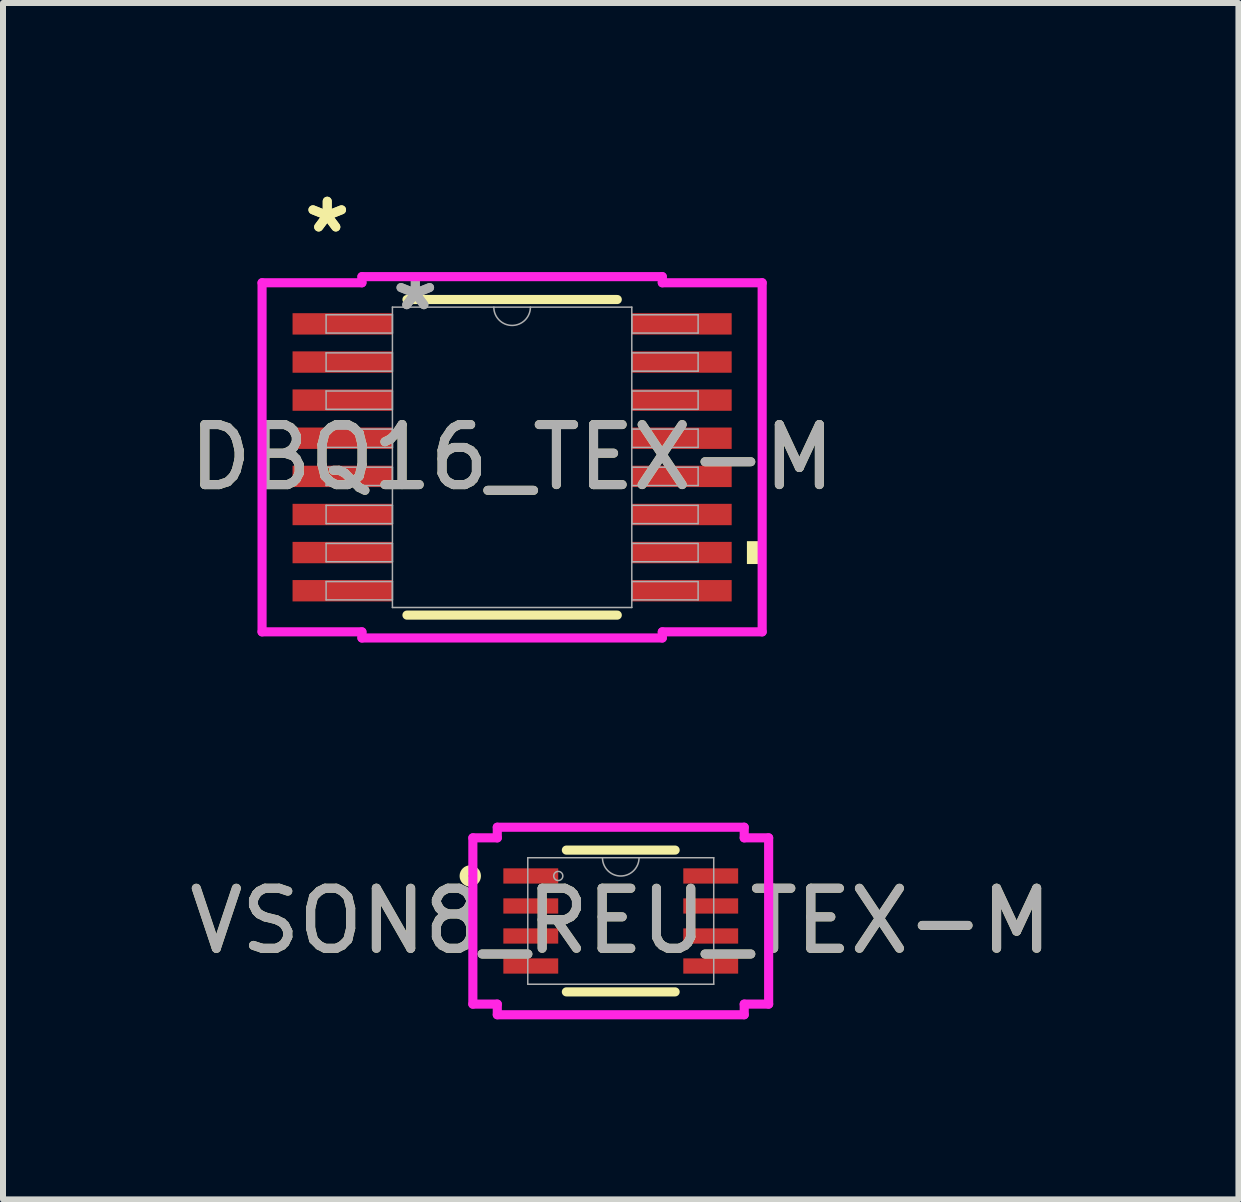
<source format=kicad_pcb>
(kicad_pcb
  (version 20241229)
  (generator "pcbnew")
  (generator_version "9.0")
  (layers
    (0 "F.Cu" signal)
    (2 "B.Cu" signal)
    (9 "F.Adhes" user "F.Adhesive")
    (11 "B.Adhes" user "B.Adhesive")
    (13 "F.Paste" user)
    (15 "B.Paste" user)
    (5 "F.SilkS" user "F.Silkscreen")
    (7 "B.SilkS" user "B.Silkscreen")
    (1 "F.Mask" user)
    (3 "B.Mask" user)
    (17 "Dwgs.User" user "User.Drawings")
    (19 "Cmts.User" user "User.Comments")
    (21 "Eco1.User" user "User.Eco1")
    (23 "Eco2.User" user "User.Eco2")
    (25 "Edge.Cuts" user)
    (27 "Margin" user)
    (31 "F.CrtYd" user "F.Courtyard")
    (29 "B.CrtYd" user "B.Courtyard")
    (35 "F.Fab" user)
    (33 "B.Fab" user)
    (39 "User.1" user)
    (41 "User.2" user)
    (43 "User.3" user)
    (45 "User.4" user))
  (footprint "VSON8_REU_TEX-M"
    (layer "F.Cu")
    (at 7.292 12.294)
    (property "Reference" "VSON8_REU_TEX-M" (at 0 0 0) (unlocked yes) (layer "F.SilkS") (effects (font (size 1 1) (thickness 0.15))))
    (attr smd)
    (fp_line (start -0.906 1.181) (end 0.906 1.181) (stroke (width 0.152) (type solid)) (layer "F.SilkS"))
    (fp_line (start 0.906 -1.181) (end -0.906 -1.181) (stroke (width 0.152) (type solid)) (layer "F.SilkS"))
    (fp_circle (center -2.507 -0.75) (end -2.405 -0.75) (stroke (width 0.152) (type solid)) (fill no) (layer "F.SilkS"))
    (fp_line (start -2.464 -1.385) (end -2.057 -1.385) (stroke (width 0.152) (type solid)) (layer "F.CrtYd"))
    (fp_line (start -2.464 1.385) (end -2.464 -1.385) (stroke (width 0.152) (type solid)) (layer "F.CrtYd"))
    (fp_line (start -2.464 1.385) (end -2.057 1.385) (stroke (width 0.152) (type solid)) (layer "F.CrtYd"))
    (fp_line (start -2.057 -1.562) (end 2.057 -1.562) (stroke (width 0.152) (type solid)) (layer "F.CrtYd"))
    (fp_line (start -2.057 -1.385) (end -2.057 -1.562) (stroke (width 0.152) (type solid)) (layer "F.CrtYd"))
    (fp_line (start -2.057 1.562) (end -2.057 1.385) (stroke (width 0.152) (type solid)) (layer "F.CrtYd"))
    (fp_line (start 2.057 -1.562) (end 2.057 -1.385) (stroke (width 0.152) (type solid)) (layer "F.CrtYd"))
    (fp_line (start 2.057 1.385) (end 2.057 1.562) (stroke (width 0.152) (type solid)) (layer "F.CrtYd"))
    (fp_line (start 2.057 1.562) (end -2.057 1.562) (stroke (width 0.152) (type solid)) (layer "F.CrtYd"))
    (fp_line (start 2.464 -1.385) (end 2.057 -1.385) (stroke (width 0.152) (type solid)) (layer "F.CrtYd"))
    (fp_line (start 2.464 -1.385) (end 2.464 1.385) (stroke (width 0.152) (type solid)) (layer "F.CrtYd"))
    (fp_line (start 2.464 1.385) (end 2.057 1.385) (stroke (width 0.152) (type solid)) (layer "F.CrtYd"))
    (fp_line (start -1.549 -1.054) (end -1.549 1.054) (stroke (width 0.025) (type solid)) (layer "F.Fab"))
    (fp_line (start -1.549 1.054) (end 1.549 1.054) (stroke (width 0.025) (type solid)) (layer "F.Fab"))
    (fp_line (start 1.549 -1.054) (end -1.549 -1.054) (stroke (width 0.025) (type solid)) (layer "F.Fab"))
    (fp_line (start 1.549 1.054) (end 1.549 -1.054) (stroke (width 0.025) (type solid)) (layer "F.Fab"))
    (fp_arc (start 0.3048 -1.0541) (mid 0 -0.7493) (end -0.3048 -1.0541) (stroke (width 0.0254) (type solid)) (layer "F.Fab"))
    (fp_circle (center -1.041 -0.75) (end -0.965 -0.75) (stroke (width 0.025) (type solid)) (fill no) (layer "F.Fab"))
    (fp_text user "${REFERENCE}" (at 0 0 0) (unlocked yes) (layer "F.Fab") (effects (font (size 1 1) (thickness 0.15))))
    (pad "1" smd rect (at -1.499 -0.75) (size 0.914 0.254) (layers "F.Cu" "F.Mask" "F.Paste"))
    (pad "2" smd rect (at -1.499 -0.25) (size 0.914 0.254) (layers "F.Cu" "F.Mask" "F.Paste"))
    (pad "3" smd rect (at -1.499 0.25) (size 0.914 0.254) (layers "F.Cu" "F.Mask" "F.Paste"))
    (pad "4" smd rect (at -1.499 0.75) (size 0.914 0.254) (layers "F.Cu" "F.Mask" "F.Paste"))
    (pad "5" smd rect (at 1.499 0.75) (size 0.914 0.254) (layers "F.Cu" "F.Mask" "F.Paste"))
    (pad "6" smd rect (at 1.499 0.25) (size 0.914 0.254) (layers "F.Cu" "F.Mask" "F.Paste"))
    (pad "7" smd rect (at 1.499 -0.25) (size 0.914 0.254) (layers "F.Cu" "F.Mask" "F.Paste"))
    (pad "8" smd rect (at 1.499 -0.75) (size 0.914 0.254) (layers "F.Cu" "F.Mask" "F.Paste")))
  (footprint "DBQ16_TEX-M"
    (layer "F.Cu")
    (at 5.482 4.569)
    (property "Reference" "DBQ16_TEX-M" (at 0 0 0) (unlocked yes) (layer "F.SilkS") (effects (font (size 1 1) (thickness 0.15))))
    (attr smd)
    (fp_line (start -1.752 2.629) (end 1.752 2.629) (stroke (width 0.152) (type solid)) (layer "F.SilkS"))
    (fp_line (start 1.752 -2.629) (end -1.752 -2.629) (stroke (width 0.152) (type solid)) (layer "F.SilkS"))
    (fp_poly (pts (xy 4.166 1.397) (xy 4.166 1.778) (xy 3.912 1.778) (xy 3.912 1.397)) (stroke (width 0) (type solid)) (fill yes) (layer "F.SilkS"))
    (fp_line (start -4.166 -2.908) (end -2.502 -2.908) (stroke (width 0.152) (type solid)) (layer "F.CrtYd"))
    (fp_line (start -4.166 2.908) (end -4.166 -2.908) (stroke (width 0.152) (type solid)) (layer "F.CrtYd"))
    (fp_line (start -4.166 2.908) (end -2.502 2.908) (stroke (width 0.152) (type solid)) (layer "F.CrtYd"))
    (fp_line (start -2.502 -3.01) (end 2.502 -3.01) (stroke (width 0.152) (type solid)) (layer "F.CrtYd"))
    (fp_line (start -2.502 -2.908) (end -2.502 -3.01) (stroke (width 0.152) (type solid)) (layer "F.CrtYd"))
    (fp_line (start -2.502 3.01) (end -2.502 2.908) (stroke (width 0.152) (type solid)) (layer "F.CrtYd"))
    (fp_line (start 2.502 -3.01) (end 2.502 -2.908) (stroke (width 0.152) (type solid)) (layer "F.CrtYd"))
    (fp_line (start 2.502 2.908) (end 2.502 3.01) (stroke (width 0.152) (type solid)) (layer "F.CrtYd"))
    (fp_line (start 2.502 3.01) (end -2.502 3.01) (stroke (width 0.152) (type solid)) (layer "F.CrtYd"))
    (fp_line (start 4.166 -2.908) (end 2.502 -2.908) (stroke (width 0.152) (type solid)) (layer "F.CrtYd"))
    (fp_line (start 4.166 -2.908) (end 4.166 2.908) (stroke (width 0.152) (type solid)) (layer "F.CrtYd"))
    (fp_line (start 4.166 2.908) (end 2.502 2.908) (stroke (width 0.152) (type solid)) (layer "F.CrtYd"))
    (fp_line (start -3.099 -2.375) (end -3.099 -2.07) (stroke (width 0.025) (type solid)) (layer "F.Fab"))
    (fp_line (start -3.099 -2.07) (end -1.994 -2.07) (stroke (width 0.025) (type solid)) (layer "F.Fab"))
    (fp_line (start -3.099 -1.74) (end -3.099 -1.435) (stroke (width 0.025) (type solid)) (layer "F.Fab"))
    (fp_line (start -3.099 -1.435) (end -1.994 -1.435) (stroke (width 0.025) (type solid)) (layer "F.Fab"))
    (fp_line (start -3.099 -1.105) (end -3.099 -0.8) (stroke (width 0.025) (type solid)) (layer "F.Fab"))
    (fp_line (start -3.099 -0.8) (end -1.994 -0.8) (stroke (width 0.025) (type solid)) (layer "F.Fab"))
    (fp_line (start -3.099 -0.47) (end -3.099 -0.165) (stroke (width 0.025) (type solid)) (layer "F.Fab"))
    (fp_line (start -3.099 -0.165) (end -1.994 -0.165) (stroke (width 0.025) (type solid)) (layer "F.Fab"))
    (fp_line (start -3.099 0.165) (end -3.099 0.47) (stroke (width 0.025) (type solid)) (layer "F.Fab"))
    (fp_line (start -3.099 0.47) (end -1.994 0.47) (stroke (width 0.025) (type solid)) (layer "F.Fab"))
    (fp_line (start -3.099 0.8) (end -3.099 1.105) (stroke (width 0.025) (type solid)) (layer "F.Fab"))
    (fp_line (start -3.099 1.105) (end -1.994 1.105) (stroke (width 0.025) (type solid)) (layer "F.Fab"))
    (fp_line (start -3.099 1.435) (end -3.099 1.74) (stroke (width 0.025) (type solid)) (layer "F.Fab"))
    (fp_line (start -3.099 1.74) (end -1.994 1.74) (stroke (width 0.025) (type solid)) (layer "F.Fab"))
    (fp_line (start -3.099 2.07) (end -3.099 2.375) (stroke (width 0.025) (type solid)) (layer "F.Fab"))
    (fp_line (start -3.099 2.375) (end -1.994 2.375) (stroke (width 0.025) (type solid)) (layer "F.Fab"))
    (fp_line (start -1.994 -2.502) (end -1.994 2.502) (stroke (width 0.025) (type solid)) (layer "F.Fab"))
    (fp_line (start -1.994 -2.375) (end -3.099 -2.375) (stroke (width 0.025) (type solid)) (layer "F.Fab"))
    (fp_line (start -1.994 -2.07) (end -1.994 -2.375) (stroke (width 0.025) (type solid)) (layer "F.Fab"))
    (fp_line (start -1.994 -1.74) (end -3.099 -1.74) (stroke (width 0.025) (type solid)) (layer "F.Fab"))
    (fp_line (start -1.994 -1.435) (end -1.994 -1.74) (stroke (width 0.025) (type solid)) (layer "F.Fab"))
    (fp_line (start -1.994 -1.105) (end -3.099 -1.105) (stroke (width 0.025) (type solid)) (layer "F.Fab"))
    (fp_line (start -1.994 -0.8) (end -1.994 -1.105) (stroke (width 0.025) (type solid)) (layer "F.Fab"))
    (fp_line (start -1.994 -0.47) (end -3.099 -0.47) (stroke (width 0.025) (type solid)) (layer "F.Fab"))
    (fp_line (start -1.994 -0.165) (end -1.994 -0.47) (stroke (width 0.025) (type solid)) (layer "F.Fab"))
    (fp_line (start -1.994 0.165) (end -3.099 0.165) (stroke (width 0.025) (type solid)) (layer "F.Fab"))
    (fp_line (start -1.994 0.47) (end -1.994 0.165) (stroke (width 0.025) (type solid)) (layer "F.Fab"))
    (fp_line (start -1.994 0.8) (end -3.099 0.8) (stroke (width 0.025) (type solid)) (layer "F.Fab"))
    (fp_line (start -1.994 1.105) (end -1.994 0.8) (stroke (width 0.025) (type solid)) (layer "F.Fab"))
    (fp_line (start -1.994 1.435) (end -3.099 1.435) (stroke (width 0.025) (type solid)) (layer "F.Fab"))
    (fp_line (start -1.994 1.74) (end -1.994 1.435) (stroke (width 0.025) (type solid)) (layer "F.Fab"))
    (fp_line (start -1.994 2.07) (end -3.099 2.07) (stroke (width 0.025) (type solid)) (layer "F.Fab"))
    (fp_line (start -1.994 2.375) (end -1.994 2.07) (stroke (width 0.025) (type solid)) (layer "F.Fab"))
    (fp_line (start -1.994 2.502) (end 1.994 2.502) (stroke (width 0.025) (type solid)) (layer "F.Fab"))
    (fp_line (start 1.994 -2.502) (end -1.994 -2.502) (stroke (width 0.025) (type solid)) (layer "F.Fab"))
    (fp_line (start 1.994 -2.375) (end 1.994 -2.07) (stroke (width 0.025) (type solid)) (layer "F.Fab"))
    (fp_line (start 1.994 -2.07) (end 3.099 -2.07) (stroke (width 0.025) (type solid)) (layer "F.Fab"))
    (fp_line (start 1.994 -1.74) (end 1.994 -1.435) (stroke (width 0.025) (type solid)) (layer "F.Fab"))
    (fp_line (start 1.994 -1.435) (end 3.099 -1.435) (stroke (width 0.025) (type solid)) (layer "F.Fab"))
    (fp_line (start 1.994 -1.105) (end 1.994 -0.8) (stroke (width 0.025) (type solid)) (layer "F.Fab"))
    (fp_line (start 1.994 -0.8) (end 3.099 -0.8) (stroke (width 0.025) (type solid)) (layer "F.Fab"))
    (fp_line (start 1.994 -0.47) (end 1.994 -0.165) (stroke (width 0.025) (type solid)) (layer "F.Fab"))
    (fp_line (start 1.994 -0.165) (end 3.099 -0.165) (stroke (width 0.025) (type solid)) (layer "F.Fab"))
    (fp_line (start 1.994 0.165) (end 1.994 0.47) (stroke (width 0.025) (type solid)) (layer "F.Fab"))
    (fp_line (start 1.994 0.47) (end 3.099 0.47) (stroke (width 0.025) (type solid)) (layer "F.Fab"))
    (fp_line (start 1.994 0.8) (end 1.994 1.105) (stroke (width 0.025) (type solid)) (layer "F.Fab"))
    (fp_line (start 1.994 1.105) (end 3.099 1.105) (stroke (width 0.025) (type solid)) (layer "F.Fab"))
    (fp_line (start 1.994 1.435) (end 1.994 1.74) (stroke (width 0.025) (type solid)) (layer "F.Fab"))
    (fp_line (start 1.994 1.74) (end 3.099 1.74) (stroke (width 0.025) (type solid)) (layer "F.Fab"))
    (fp_line (start 1.994 2.07) (end 1.994 2.375) (stroke (width 0.025) (type solid)) (layer "F.Fab"))
    (fp_line (start 1.994 2.375) (end 3.099 2.375) (stroke (width 0.025) (type solid)) (layer "F.Fab"))
    (fp_line (start 1.994 2.502) (end 1.994 -2.502) (stroke (width 0.025) (type solid)) (layer "F.Fab"))
    (fp_line (start 3.099 -2.375) (end 1.994 -2.375) (stroke (width 0.025) (type solid)) (layer "F.Fab"))
    (fp_line (start 3.099 -2.07) (end 3.099 -2.375) (stroke (width 0.025) (type solid)) (layer "F.Fab"))
    (fp_line (start 3.099 -1.74) (end 1.994 -1.74) (stroke (width 0.025) (type solid)) (layer "F.Fab"))
    (fp_line (start 3.099 -1.435) (end 3.099 -1.74) (stroke (width 0.025) (type solid)) (layer "F.Fab"))
    (fp_line (start 3.099 -1.105) (end 1.994 -1.105) (stroke (width 0.025) (type solid)) (layer "F.Fab"))
    (fp_line (start 3.099 -0.8) (end 3.099 -1.105) (stroke (width 0.025) (type solid)) (layer "F.Fab"))
    (fp_line (start 3.099 -0.47) (end 1.994 -0.47) (stroke (width 0.025) (type solid)) (layer "F.Fab"))
    (fp_line (start 3.099 -0.165) (end 3.099 -0.47) (stroke (width 0.025) (type solid)) (layer "F.Fab"))
    (fp_line (start 3.099 0.165) (end 1.994 0.165) (stroke (width 0.025) (type solid)) (layer "F.Fab"))
    (fp_line (start 3.099 0.47) (end 3.099 0.165) (stroke (width 0.025) (type solid)) (layer "F.Fab"))
    (fp_line (start 3.099 0.8) (end 1.994 0.8) (stroke (width 0.025) (type solid)) (layer "F.Fab"))
    (fp_line (start 3.099 1.105) (end 3.099 0.8) (stroke (width 0.025) (type solid)) (layer "F.Fab"))
    (fp_line (start 3.099 1.435) (end 1.994 1.435) (stroke (width 0.025) (type solid)) (layer "F.Fab"))
    (fp_line (start 3.099 1.74) (end 3.099 1.435) (stroke (width 0.025) (type solid)) (layer "F.Fab"))
    (fp_line (start 3.099 2.07) (end 1.994 2.07) (stroke (width 0.025) (type solid)) (layer "F.Fab"))
    (fp_line (start 3.099 2.375) (end 3.099 2.07) (stroke (width 0.025) (type solid)) (layer "F.Fab"))
    (fp_arc (start 0.3048 -2.5019) (mid 0 -2.1971) (end -0.3048 -2.5019) (stroke (width 0.0254) (type solid)) (layer "F.Fab"))
    (fp_text user "*" (at -3.08 -3.721 0) (unlocked yes) (layer "F.SilkS") (effects (font (size 1 1) (thickness 0.15))))
    (fp_text user "*" (at -3.08 -3.721 0) (layer "F.SilkS") (effects (font (size 1 1) (thickness 0.15))))
    (fp_text user "*" (at -1.613 -2.426 0) (unlocked yes) (layer "F.Fab") (effects (font (size 1 1) (thickness 0.15))))
    (fp_text user "${REFERENCE}" (at 0 0 0) (unlocked yes) (layer "F.Fab") (effects (font (size 1 1) (thickness 0.15))))
    (fp_text user "*" (at -1.613 -2.426 0) (layer "F.Fab") (effects (font (size 1 1) (thickness 0.15))))
    (pad "1" smd rect (at -2.826 -2.223) (size 1.664 0.356) (layers "F.Cu" "F.Mask" "F.Paste"))
    (pad "2" smd rect (at -2.826 -1.587) (size 1.664 0.356) (layers "F.Cu" "F.Mask" "F.Paste"))
    (pad "3" smd rect (at -2.826 -0.953) (size 1.664 0.356) (layers "F.Cu" "F.Mask" "F.Paste"))
    (pad "4" smd rect (at -2.826 -0.318) (size 1.664 0.356) (layers "F.Cu" "F.Mask" "F.Paste"))
    (pad "5" smd rect (at -2.826 0.318) (size 1.664 0.356) (layers "F.Cu" "F.Mask" "F.Paste"))
    (pad "6" smd rect (at -2.826 0.953) (size 1.664 0.356) (layers "F.Cu" "F.Mask" "F.Paste"))
    (pad "7" smd rect (at -2.826 1.587) (size 1.664 0.356) (layers "F.Cu" "F.Mask" "F.Paste"))
    (pad "8" smd rect (at -2.826 2.223) (size 1.664 0.356) (layers "F.Cu" "F.Mask" "F.Paste"))
    (pad "9" smd rect (at 2.826 2.223) (size 1.664 0.356) (layers "F.Cu" "F.Mask" "F.Paste"))
    (pad "10" smd rect (at 2.826 1.587) (size 1.664 0.356) (layers "F.Cu" "F.Mask" "F.Paste"))
    (pad "11" smd rect (at 2.826 0.953) (size 1.664 0.356) (layers "F.Cu" "F.Mask" "F.Paste"))
    (pad "12" smd rect (at 2.826 0.318) (size 1.664 0.356) (layers "F.Cu" "F.Mask" "F.Paste"))
    (pad "13" smd rect (at 2.826 -0.318) (size 1.664 0.356) (layers "F.Cu" "F.Mask" "F.Paste"))
    (pad "14" smd rect (at 2.826 -0.953) (size 1.664 0.356) (layers "F.Cu" "F.Mask" "F.Paste"))
    (pad "15" smd rect (at 2.826 -1.587) (size 1.664 0.356) (layers "F.Cu" "F.Mask" "F.Paste"))
    (pad "16" smd rect (at 2.826 -2.223) (size 1.664 0.356) (layers "F.Cu" "F.Mask" "F.Paste")))
  (gr_rect
    (start -3 -3)
    (end 17.583 16.932)
    (stroke (width 0.1) (type default))
    (fill no)
    (layer "Edge.Cuts")))
</source>
